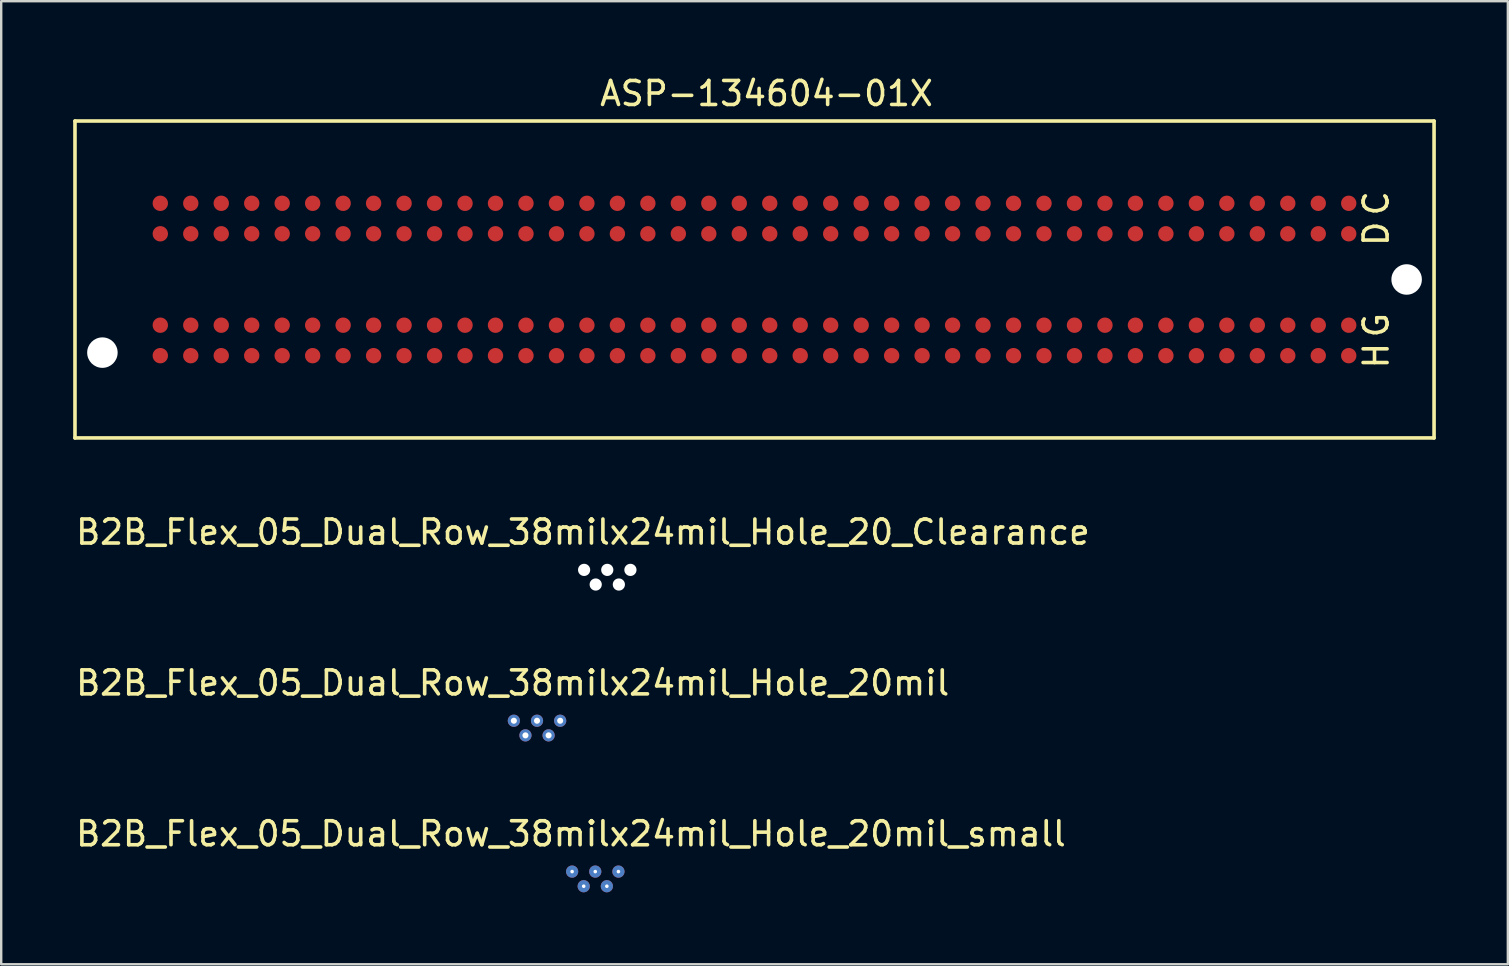
<source format=kicad_pcb>
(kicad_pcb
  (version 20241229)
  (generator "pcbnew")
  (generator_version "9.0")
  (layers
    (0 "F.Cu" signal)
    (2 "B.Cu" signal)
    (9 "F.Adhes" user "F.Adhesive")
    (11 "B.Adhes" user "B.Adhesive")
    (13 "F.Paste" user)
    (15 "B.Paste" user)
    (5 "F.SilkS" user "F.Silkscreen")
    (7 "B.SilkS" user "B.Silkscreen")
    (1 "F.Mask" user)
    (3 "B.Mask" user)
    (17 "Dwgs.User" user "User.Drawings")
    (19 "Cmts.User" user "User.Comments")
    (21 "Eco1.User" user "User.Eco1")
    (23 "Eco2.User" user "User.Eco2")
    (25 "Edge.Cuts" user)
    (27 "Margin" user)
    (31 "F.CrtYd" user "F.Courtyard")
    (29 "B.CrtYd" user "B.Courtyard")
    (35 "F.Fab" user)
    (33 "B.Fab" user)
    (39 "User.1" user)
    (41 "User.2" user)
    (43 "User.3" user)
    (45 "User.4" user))
  (footprint "B2B_Flex_05_Dual_Row_38milx24mil_Hole_20_Clearance"
    (layer "F.Cu")
    (at 21.269 20.726)
    (property "Reference" "B2B_Flex_05_Dual_Row_38milx24mil_Hole_20_Clearance" (at -0.025 -1.6 0) (layer "F.SilkS") (effects (font (size 1 1) (thickness 0.15))))
    (attr through_hole)
    (pad "" np_thru_hole circle (at 0.025 -0.025) (size 0.508 0.508) (drill 0.508) (layers "*.Cu" "*.Mask"))
    (pad "" np_thru_hole circle (at 0.508 0.585) (size 0.508 0.508) (drill 0.508) (layers "*.Cu" "*.Mask"))
    (pad "" np_thru_hole circle (at 0.99 -0.025) (size 0.508 0.508) (drill 0.508) (layers "*.Cu" "*.Mask"))
    (pad "" np_thru_hole circle (at 1.473 0.585) (size 0.508 0.508) (drill 0.508) (layers "*.Cu" "*.Mask"))
    (pad "" np_thru_hole circle (at 1.955 -0.025) (size 0.508 0.508) (drill 0.508) (layers "*.Cu" "*.Mask")))
  (footprint "B2B_Flex_05_Dual_Row_38milx24mil_Hole_20mil_small"
    (layer "F.Cu")
    (at 20.769 33.3)
    (property "Reference" "B2B_Flex_05_Dual_Row_38milx24mil_Hole_20mil_small" (at -0.025 -1.6 0) (layer "F.SilkS") (effects (font (size 1 1) (thickness 0.15))))
    (attr through_hole)
    (pad "1" thru_hole circle (at 0.025 -0.025) (size 0.508 0.508) (drill 0.15) (layers "*.Cu" "*.Mask"))
    (pad "2" thru_hole circle (at 0.508 0.585) (size 0.508 0.508) (drill 0.15) (layers "*.Cu" "*.Mask"))
    (pad "3" thru_hole circle (at 0.99 -0.025) (size 0.508 0.508) (drill 0.15) (layers "*.Cu" "*.Mask"))
    (pad "4" thru_hole circle (at 1.473 0.585) (size 0.508 0.508) (drill 0.15) (layers "*.Cu" "*.Mask"))
    (pad "5" thru_hole circle (at 1.955 -0.025) (size 0.508 0.508) (drill 0.15) (layers "*.Cu" "*.Mask")))
  (footprint "B2B_Flex_05_Dual_Row_38milx24mil_Hole_20mil"
    (layer "F.Cu")
    (at 18.341 27.013)
    (property "Reference" "B2B_Flex_05_Dual_Row_38milx24mil_Hole_20mil" (at -0.025 -1.6 0) (layer "F.SilkS") (effects (font (size 1 1) (thickness 0.15))))
    (attr through_hole)
    (pad "1" thru_hole circle (at 0.025 -0.025) (size 0.508 0.508) (drill 0.254) (layers "*.Cu" "*.Mask"))
    (pad "2" thru_hole circle (at 0.508 0.585) (size 0.508 0.508) (drill 0.254) (layers "*.Cu" "*.Mask"))
    (pad "3" thru_hole circle (at 0.99 -0.025) (size 0.508 0.508) (drill 0.254) (layers "*.Cu" "*.Mask"))
    (pad "4" thru_hole circle (at 1.473 0.585) (size 0.508 0.508) (drill 0.254) (layers "*.Cu" "*.Mask"))
    (pad "5" thru_hole circle (at 1.955 -0.025) (size 0.508 0.508) (drill 0.254) (layers "*.Cu" "*.Mask")))
  (footprint "ASP-134604-01X"
    (layer "F.Cu")
    (at 28.396 8.598)
    (property "Reference" "ASP-134604-01X" (at 0.5 -7.75 0) (layer "F.SilkS") (effects (font (size 1 1) (thickness 0.15))))
    (attr through_hole)
    (fp_line (start -28.321 -6.604) (end -28.321 6.604) (stroke (width 0.15) (type solid)) (layer "F.SilkS"))
    (fp_line (start -28.321 6.604) (end 28.321 6.604) (stroke (width 0.15) (type solid)) (layer "F.SilkS"))
    (fp_line (start 28.321 -6.604) (end -28.321 -6.604) (stroke (width 0.15) (type solid)) (layer "F.SilkS"))
    (fp_line (start 28.321 6.604) (end 28.321 -6.604) (stroke (width 0.15) (type solid)) (layer "F.SilkS"))
    (fp_text user "C" (at 25.908 -3.175 90) (layer "F.SilkS") (effects (font (size 1 1) (thickness 0.15))))
    (fp_text user "H" (at 25.908 3.175 90) (layer "F.SilkS") (effects (font (size 1 1) (thickness 0.15))))
    (fp_text user "D" (at 25.908 -1.905 90) (layer "F.SilkS") (effects (font (size 1 1) (thickness 0.15))))
    (fp_text user "G" (at 25.908 1.905 90) (layer "F.SilkS") (effects (font (size 1 1) (thickness 0.15))))
    (pad "" np_thru_hole circle (at -27.178 3.048) (size 1.27 1.27) (drill 1.27) (layers "*.Cu" "*.Mask"))
    (pad "" np_thru_hole circle (at 27.178 0) (size 1.27 1.27) (drill 1.27) (layers "*.Cu" "*.Mask"))
    (pad "C1" smd circle (at 24.765 3.175) (size 0.64 0.64) (layers "F.Cu" "F.Mask" "F.Paste"))
    (pad "C2" smd circle (at 23.495 3.175) (size 0.64 0.64) (layers "F.Cu" "F.Mask" "F.Paste"))
    (pad "C3" smd circle (at 22.225 3.175) (size 0.64 0.64) (layers "F.Cu" "F.Mask" "F.Paste"))
    (pad "C4" smd circle (at 20.955 3.175) (size 0.64 0.64) (layers "F.Cu" "F.Mask" "F.Paste"))
    (pad "C5" smd circle (at 19.685 3.175) (size 0.64 0.64) (layers "F.Cu" "F.Mask" "F.Paste"))
    (pad "C6" smd circle (at 18.415 3.175) (size 0.64 0.64) (layers "F.Cu" "F.Mask" "F.Paste"))
    (pad "C7" smd circle (at 17.145 3.175) (size 0.64 0.64) (layers "F.Cu" "F.Mask" "F.Paste"))
    (pad "C8" smd circle (at 15.875 3.175) (size 0.64 0.64) (layers "F.Cu" "F.Mask" "F.Paste"))
    (pad "C9" smd circle (at 14.605 3.175) (size 0.64 0.64) (layers "F.Cu" "F.Mask" "F.Paste"))
    (pad "C10" smd circle (at 13.335 3.175) (size 0.64 0.64) (layers "F.Cu" "F.Mask" "F.Paste"))
    (pad "C11" smd circle (at 12.065 3.175) (size 0.64 0.64) (layers "F.Cu" "F.Mask" "F.Paste"))
    (pad "C12" smd circle (at 10.795 3.175) (size 0.64 0.64) (layers "F.Cu" "F.Mask" "F.Paste"))
    (pad "C13" smd circle (at 9.525 3.175) (size 0.64 0.64) (layers "F.Cu" "F.Mask" "F.Paste"))
    (pad "C14" smd circle (at 8.255 3.175) (size 0.64 0.64) (layers "F.Cu" "F.Mask" "F.Paste"))
    (pad "C15" smd circle (at 6.985 3.175) (size 0.64 0.64) (layers "F.Cu" "F.Mask" "F.Paste"))
    (pad "C16" smd circle (at 5.715 3.175) (size 0.64 0.64) (layers "F.Cu" "F.Mask" "F.Paste"))
    (pad "C17" smd circle (at 4.445 3.175) (size 0.64 0.64) (layers "F.Cu" "F.Mask" "F.Paste"))
    (pad "C18" smd circle (at 3.175 3.175) (size 0.64 0.64) (layers "F.Cu" "F.Mask" "F.Paste"))
    (pad "C19" smd circle (at 1.905 3.175) (size 0.64 0.64) (layers "F.Cu" "F.Mask" "F.Paste"))
    (pad "C20" smd circle (at 0.635 3.175) (size 0.64 0.64) (layers "F.Cu" "F.Mask" "F.Paste"))
    (pad "C21" smd circle (at -0.635 3.175) (size 0.64 0.64) (layers "F.Cu" "F.Mask" "F.Paste"))
    (pad "C22" smd circle (at -1.905 3.175) (size 0.64 0.64) (layers "F.Cu" "F.Mask" "F.Paste"))
    (pad "C23" smd circle (at -3.175 3.175) (size 0.64 0.64) (layers "F.Cu" "F.Mask" "F.Paste"))
    (pad "C24" smd circle (at -4.445 3.175) (size 0.64 0.64) (layers "F.Cu" "F.Mask" "F.Paste"))
    (pad "C25" smd circle (at -5.715 3.175) (size 0.64 0.64) (layers "F.Cu" "F.Mask" "F.Paste"))
    (pad "C26" smd circle (at -6.985 3.175) (size 0.64 0.64) (layers "F.Cu" "F.Mask" "F.Paste"))
    (pad "C27" smd circle (at -8.255 3.175) (size 0.64 0.64) (layers "F.Cu" "F.Mask" "F.Paste"))
    (pad "C28" smd circle (at -9.525 3.175) (size 0.64 0.64) (layers "F.Cu" "F.Mask" "F.Paste"))
    (pad "C29" smd circle (at -10.795 3.175) (size 0.64 0.64) (layers "F.Cu" "F.Mask" "F.Paste"))
    (pad "C30" smd circle (at -12.065 3.175) (size 0.64 0.64) (layers "F.Cu" "F.Mask" "F.Paste"))
    (pad "C31" smd circle (at -13.335 3.175) (size 0.64 0.64) (layers "F.Cu" "F.Mask" "F.Paste"))
    (pad "C32" smd circle (at -14.605 3.175) (size 0.64 0.64) (layers "F.Cu" "F.Mask" "F.Paste"))
    (pad "C33" smd circle (at -15.875 3.175) (size 0.64 0.64) (layers "F.Cu" "F.Mask" "F.Paste"))
    (pad "C34" smd circle (at -17.145 3.175) (size 0.64 0.64) (layers "F.Cu" "F.Mask" "F.Paste"))
    (pad "C35" smd circle (at -18.415 3.175) (size 0.64 0.64) (layers "F.Cu" "F.Mask" "F.Paste"))
    (pad "C36" smd circle (at -19.685 3.175) (size 0.64 0.64) (layers "F.Cu" "F.Mask" "F.Paste"))
    (pad "C37" smd circle (at -20.955 3.175) (size 0.64 0.64) (layers "F.Cu" "F.Mask" "F.Paste"))
    (pad "C38" smd circle (at -22.225 3.175) (size 0.64 0.64) (layers "F.Cu" "F.Mask" "F.Paste"))
    (pad "C39" smd circle (at -23.495 3.175) (size 0.64 0.64) (layers "F.Cu" "F.Mask" "F.Paste"))
    (pad "C40" smd circle (at -24.765 3.175) (size 0.64 0.64) (layers "F.Cu" "F.Mask" "F.Paste"))
    (pad "D1" smd circle (at 24.765 1.905) (size 0.64 0.64) (layers "F.Cu" "F.Mask" "F.Paste"))
    (pad "D2" smd circle (at 23.495 1.905) (size 0.64 0.64) (layers "F.Cu" "F.Mask" "F.Paste"))
    (pad "D3" smd circle (at 22.225 1.905) (size 0.64 0.64) (layers "F.Cu" "F.Mask" "F.Paste"))
    (pad "D4" smd circle (at 20.955 1.905) (size 0.64 0.64) (layers "F.Cu" "F.Mask" "F.Paste"))
    (pad "D5" smd circle (at 19.685 1.905) (size 0.64 0.64) (layers "F.Cu" "F.Mask" "F.Paste"))
    (pad "D6" smd circle (at 18.415 1.905) (size 0.64 0.64) (layers "F.Cu" "F.Mask" "F.Paste"))
    (pad "D7" smd circle (at 17.145 1.905) (size 0.64 0.64) (layers "F.Cu" "F.Mask" "F.Paste"))
    (pad "D8" smd circle (at 15.875 1.905) (size 0.64 0.64) (layers "F.Cu" "F.Mask" "F.Paste"))
    (pad "D9" smd circle (at 14.605 1.905) (size 0.64 0.64) (layers "F.Cu" "F.Mask" "F.Paste"))
    (pad "D10" smd circle (at 13.335 1.905) (size 0.64 0.64) (layers "F.Cu" "F.Mask" "F.Paste"))
    (pad "D11" smd circle (at 12.065 1.905) (size 0.64 0.64) (layers "F.Cu" "F.Mask" "F.Paste"))
    (pad "D12" smd circle (at 10.795 1.905) (size 0.64 0.64) (layers "F.Cu" "F.Mask" "F.Paste"))
    (pad "D13" smd circle (at 9.525 1.905) (size 0.64 0.64) (layers "F.Cu" "F.Mask" "F.Paste"))
    (pad "D14" smd circle (at 8.255 1.905) (size 0.64 0.64) (layers "F.Cu" "F.Mask" "F.Paste"))
    (pad "D15" smd circle (at 6.985 1.905) (size 0.64 0.64) (layers "F.Cu" "F.Mask" "F.Paste"))
    (pad "D16" smd circle (at 5.715 1.905) (size 0.64 0.64) (layers "F.Cu" "F.Mask" "F.Paste"))
    (pad "D17" smd circle (at 4.445 1.905) (size 0.64 0.64) (layers "F.Cu" "F.Mask" "F.Paste"))
    (pad "D18" smd circle (at 3.175 1.905) (size 0.64 0.64) (layers "F.Cu" "F.Mask" "F.Paste"))
    (pad "D19" smd circle (at 1.905 1.905) (size 0.64 0.64) (layers "F.Cu" "F.Mask" "F.Paste"))
    (pad "D20" smd circle (at 0.635 1.905) (size 0.64 0.64) (layers "F.Cu" "F.Mask" "F.Paste"))
    (pad "D21" smd circle (at -0.635 1.905) (size 0.64 0.64) (layers "F.Cu" "F.Mask" "F.Paste"))
    (pad "D22" smd circle (at -1.905 1.905) (size 0.64 0.64) (layers "F.Cu" "F.Mask" "F.Paste"))
    (pad "D23" smd circle (at -3.175 1.905) (size 0.64 0.64) (layers "F.Cu" "F.Mask" "F.Paste"))
    (pad "D24" smd circle (at -4.445 1.905) (size 0.64 0.64) (layers "F.Cu" "F.Mask" "F.Paste"))
    (pad "D25" smd circle (at -5.715 1.905) (size 0.64 0.64) (layers "F.Cu" "F.Mask" "F.Paste"))
    (pad "D26" smd circle (at -6.985 1.905) (size 0.64 0.64) (layers "F.Cu" "F.Mask" "F.Paste"))
    (pad "D27" smd circle (at -8.255 1.905) (size 0.64 0.64) (layers "F.Cu" "F.Mask" "F.Paste"))
    (pad "D28" smd circle (at -9.525 1.905) (size 0.64 0.64) (layers "F.Cu" "F.Mask" "F.Paste"))
    (pad "D29" smd circle (at -10.795 1.905) (size 0.64 0.64) (layers "F.Cu" "F.Mask" "F.Paste"))
    (pad "D30" smd circle (at -12.065 1.905) (size 0.64 0.64) (layers "F.Cu" "F.Mask" "F.Paste"))
    (pad "D31" smd circle (at -13.335 1.905) (size 0.64 0.64) (layers "F.Cu" "F.Mask" "F.Paste"))
    (pad "D32" smd circle (at -14.605 1.905) (size 0.64 0.64) (layers "F.Cu" "F.Mask" "F.Paste"))
    (pad "D33" smd circle (at -15.875 1.905) (size 0.64 0.64) (layers "F.Cu" "F.Mask" "F.Paste"))
    (pad "D34" smd circle (at -17.145 1.905) (size 0.64 0.64) (layers "F.Cu" "F.Mask" "F.Paste"))
    (pad "D35" smd circle (at -18.415 1.905) (size 0.64 0.64) (layers "F.Cu" "F.Mask" "F.Paste"))
    (pad "D36" smd circle (at -19.685 1.905) (size 0.64 0.64) (layers "F.Cu" "F.Mask" "F.Paste"))
    (pad "D37" smd circle (at -20.955 1.905) (size 0.64 0.64) (layers "F.Cu" "F.Mask" "F.Paste"))
    (pad "D38" smd circle (at -22.225 1.905) (size 0.64 0.64) (layers "F.Cu" "F.Mask" "F.Paste"))
    (pad "D39" smd circle (at -23.495 1.905) (size 0.64 0.64) (layers "F.Cu" "F.Mask" "F.Paste"))
    (pad "D40" smd circle (at -24.765 1.905) (size 0.64 0.64) (layers "F.Cu" "F.Mask" "F.Paste"))
    (pad "G1" smd circle (at 24.765 -1.905) (size 0.64 0.64) (layers "F.Cu" "F.Mask" "F.Paste"))
    (pad "G2" smd circle (at 23.495 -1.905) (size 0.64 0.64) (layers "F.Cu" "F.Mask" "F.Paste"))
    (pad "G3" smd circle (at 22.225 -1.905) (size 0.64 0.64) (layers "F.Cu" "F.Mask" "F.Paste"))
    (pad "G4" smd circle (at 20.955 -1.905) (size 0.64 0.64) (layers "F.Cu" "F.Mask" "F.Paste"))
    (pad "G5" smd circle (at 19.685 -1.905) (size 0.64 0.64) (layers "F.Cu" "F.Mask" "F.Paste"))
    (pad "G6" smd circle (at 18.415 -1.905) (size 0.64 0.64) (layers "F.Cu" "F.Mask" "F.Paste"))
    (pad "G7" smd circle (at 17.145 -1.905) (size 0.64 0.64) (layers "F.Cu" "F.Mask" "F.Paste"))
    (pad "G8" smd circle (at 15.875 -1.905) (size 0.64 0.64) (layers "F.Cu" "F.Mask" "F.Paste"))
    (pad "G9" smd circle (at 14.605 -1.905) (size 0.64 0.64) (layers "F.Cu" "F.Mask" "F.Paste"))
    (pad "G10" smd circle (at 13.335 -1.905) (size 0.64 0.64) (layers "F.Cu" "F.Mask" "F.Paste"))
    (pad "G11" smd circle (at 12.065 -1.905) (size 0.64 0.64) (layers "F.Cu" "F.Mask" "F.Paste"))
    (pad "G12" smd circle (at 10.795 -1.905) (size 0.64 0.64) (layers "F.Cu" "F.Mask" "F.Paste"))
    (pad "G13" smd circle (at 9.525 -1.905) (size 0.64 0.64) (layers "F.Cu" "F.Mask" "F.Paste"))
    (pad "G14" smd circle (at 8.255 -1.905) (size 0.64 0.64) (layers "F.Cu" "F.Mask" "F.Paste"))
    (pad "G15" smd circle (at 6.985 -1.905) (size 0.64 0.64) (layers "F.Cu" "F.Mask" "F.Paste"))
    (pad "G16" smd circle (at 5.715 -1.905) (size 0.64 0.64) (layers "F.Cu" "F.Mask" "F.Paste"))
    (pad "G17" smd circle (at 4.445 -1.905) (size 0.64 0.64) (layers "F.Cu" "F.Mask" "F.Paste"))
    (pad "G18" smd circle (at 3.175 -1.905) (size 0.64 0.64) (layers "F.Cu" "F.Mask" "F.Paste"))
    (pad "G19" smd circle (at 1.905 -1.905) (size 0.64 0.64) (layers "F.Cu" "F.Mask" "F.Paste"))
    (pad "G20" smd circle (at 0.635 -1.905) (size 0.64 0.64) (layers "F.Cu" "F.Mask" "F.Paste"))
    (pad "G21" smd circle (at -0.635 -1.905) (size 0.64 0.64) (layers "F.Cu" "F.Mask" "F.Paste"))
    (pad "G22" smd circle (at -1.905 -1.905) (size 0.64 0.64) (layers "F.Cu" "F.Mask" "F.Paste"))
    (pad "G23" smd circle (at -3.175 -1.905) (size 0.64 0.64) (layers "F.Cu" "F.Mask" "F.Paste"))
    (pad "G24" smd circle (at -4.445 -1.905) (size 0.64 0.64) (layers "F.Cu" "F.Mask" "F.Paste"))
    (pad "G25" smd circle (at -5.715 -1.905) (size 0.64 0.64) (layers "F.Cu" "F.Mask" "F.Paste"))
    (pad "G26" smd circle (at -6.985 -1.905) (size 0.64 0.64) (layers "F.Cu" "F.Mask" "F.Paste"))
    (pad "G27" smd circle (at -8.255 -1.905) (size 0.64 0.64) (layers "F.Cu" "F.Mask" "F.Paste"))
    (pad "G28" smd circle (at -9.525 -1.905) (size 0.64 0.64) (layers "F.Cu" "F.Mask" "F.Paste"))
    (pad "G29" smd circle (at -10.795 -1.905) (size 0.64 0.64) (layers "F.Cu" "F.Mask" "F.Paste"))
    (pad "G30" smd circle (at -12.065 -1.905) (size 0.64 0.64) (layers "F.Cu" "F.Mask" "F.Paste"))
    (pad "G31" smd circle (at -13.335 -1.905) (size 0.64 0.64) (layers "F.Cu" "F.Mask" "F.Paste"))
    (pad "G32" smd circle (at -14.605 -1.905) (size 0.64 0.64) (layers "F.Cu" "F.Mask" "F.Paste"))
    (pad "G33" smd circle (at -15.875 -1.905) (size 0.64 0.64) (layers "F.Cu" "F.Mask" "F.Paste"))
    (pad "G34" smd circle (at -17.145 -1.905) (size 0.64 0.64) (layers "F.Cu" "F.Mask" "F.Paste"))
    (pad "G35" smd circle (at -18.415 -1.905) (size 0.64 0.64) (layers "F.Cu" "F.Mask" "F.Paste"))
    (pad "G36" smd circle (at -19.685 -1.905) (size 0.64 0.64) (layers "F.Cu" "F.Mask" "F.Paste"))
    (pad "G37" smd circle (at -20.955 -1.905) (size 0.64 0.64) (layers "F.Cu" "F.Mask" "F.Paste"))
    (pad "G38" smd circle (at -22.225 -1.905) (size 0.64 0.64) (layers "F.Cu" "F.Mask" "F.Paste"))
    (pad "G39" smd circle (at -23.495 -1.905) (size 0.64 0.64) (layers "F.Cu" "F.Mask" "F.Paste"))
    (pad "G40" smd circle (at -24.765 -1.905) (size 0.64 0.64) (layers "F.Cu" "F.Mask" "F.Paste"))
    (pad "H1" smd circle (at 24.765 -3.175) (size 0.64 0.64) (layers "F.Cu" "F.Mask" "F.Paste"))
    (pad "H2" smd circle (at 23.495 -3.175) (size 0.64 0.64) (layers "F.Cu" "F.Mask" "F.Paste"))
    (pad "H3" smd circle (at 22.225 -3.175) (size 0.64 0.64) (layers "F.Cu" "F.Mask" "F.Paste"))
    (pad "H4" smd circle (at 20.955 -3.175) (size 0.64 0.64) (layers "F.Cu" "F.Mask" "F.Paste"))
    (pad "H5" smd circle (at 19.685 -3.175) (size 0.64 0.64) (layers "F.Cu" "F.Mask" "F.Paste"))
    (pad "H6" smd circle (at 18.415 -3.175) (size 0.64 0.64) (layers "F.Cu" "F.Mask" "F.Paste"))
    (pad "H7" smd circle (at 17.145 -3.175) (size 0.64 0.64) (layers "F.Cu" "F.Mask" "F.Paste"))
    (pad "H8" smd circle (at 15.875 -3.175) (size 0.64 0.64) (layers "F.Cu" "F.Mask" "F.Paste"))
    (pad "H9" smd circle (at 14.605 -3.175) (size 0.64 0.64) (layers "F.Cu" "F.Mask" "F.Paste"))
    (pad "H10" smd circle (at 13.335 -3.175) (size 0.64 0.64) (layers "F.Cu" "F.Mask" "F.Paste"))
    (pad "H11" smd circle (at 12.065 -3.175) (size 0.64 0.64) (layers "F.Cu" "F.Mask" "F.Paste"))
    (pad "H12" smd circle (at 10.795 -3.175) (size 0.64 0.64) (layers "F.Cu" "F.Mask" "F.Paste"))
    (pad "H13" smd circle (at 9.525 -3.175) (size 0.64 0.64) (layers "F.Cu" "F.Mask" "F.Paste"))
    (pad "H14" smd circle (at 8.255 -3.175) (size 0.64 0.64) (layers "F.Cu" "F.Mask" "F.Paste"))
    (pad "H15" smd circle (at 6.985 -3.175) (size 0.64 0.64) (layers "F.Cu" "F.Mask" "F.Paste"))
    (pad "H16" smd circle (at 5.715 -3.175) (size 0.64 0.64) (layers "F.Cu" "F.Mask" "F.Paste"))
    (pad "H17" smd circle (at 4.445 -3.175) (size 0.64 0.64) (layers "F.Cu" "F.Mask" "F.Paste"))
    (pad "H18" smd circle (at 3.175 -3.175) (size 0.64 0.64) (layers "F.Cu" "F.Mask" "F.Paste"))
    (pad "H19" smd circle (at 1.905 -3.175) (size 0.64 0.64) (layers "F.Cu" "F.Mask" "F.Paste"))
    (pad "H20" smd circle (at 0.635 -3.175) (size 0.64 0.64) (layers "F.Cu" "F.Mask" "F.Paste"))
    (pad "H21" smd circle (at -0.635 -3.175) (size 0.64 0.64) (layers "F.Cu" "F.Mask" "F.Paste"))
    (pad "H22" smd circle (at -1.905 -3.175) (size 0.64 0.64) (layers "F.Cu" "F.Mask" "F.Paste"))
    (pad "H23" smd circle (at -3.175 -3.175) (size 0.64 0.64) (layers "F.Cu" "F.Mask" "F.Paste"))
    (pad "H24" smd circle (at -4.445 -3.175) (size 0.64 0.64) (layers "F.Cu" "F.Mask" "F.Paste"))
    (pad "H25" smd circle (at -5.715 -3.175) (size 0.64 0.64) (layers "F.Cu" "F.Mask" "F.Paste"))
    (pad "H26" smd circle (at -6.985 -3.175) (size 0.64 0.64) (layers "F.Cu" "F.Mask" "F.Paste"))
    (pad "H27" smd circle (at -8.255 -3.175) (size 0.64 0.64) (layers "F.Cu" "F.Mask" "F.Paste"))
    (pad "H28" smd circle (at -9.525 -3.175) (size 0.64 0.64) (layers "F.Cu" "F.Mask" "F.Paste"))
    (pad "H29" smd circle (at -10.795 -3.175) (size 0.64 0.64) (layers "F.Cu" "F.Mask" "F.Paste"))
    (pad "H30" smd circle (at -12.065 -3.175) (size 0.64 0.64) (layers "F.Cu" "F.Mask" "F.Paste"))
    (pad "H31" smd circle (at -13.335 -3.175) (size 0.64 0.64) (layers "F.Cu" "F.Mask" "F.Paste"))
    (pad "H32" smd circle (at -14.605 -3.175) (size 0.64 0.64) (layers "F.Cu" "F.Mask" "F.Paste"))
    (pad "H33" smd circle (at -15.875 -3.175) (size 0.64 0.64) (layers "F.Cu" "F.Mask" "F.Paste"))
    (pad "H34" smd circle (at -17.145 -3.175) (size 0.64 0.64) (layers "F.Cu" "F.Mask" "F.Paste"))
    (pad "H35" smd circle (at -18.415 -3.175) (size 0.64 0.64) (layers "F.Cu" "F.Mask" "F.Paste"))
    (pad "H36" smd circle (at -19.685 -3.175) (size 0.64 0.64) (layers "F.Cu" "F.Mask" "F.Paste"))
    (pad "H37" smd circle (at -20.955 -3.175) (size 0.64 0.64) (layers "F.Cu" "F.Mask" "F.Paste"))
    (pad "H38" smd circle (at -22.225 -3.175) (size 0.64 0.64) (layers "F.Cu" "F.Mask" "F.Paste"))
    (pad "H39" smd circle (at -23.495 -3.175) (size 0.64 0.64) (layers "F.Cu" "F.Mask" "F.Paste"))
    (pad "H40" smd circle (at -24.765 -3.175) (size 0.64 0.64) (layers "F.Cu" "F.Mask" "F.Paste")))
  (gr_rect
    (start -3 -3)
    (end 59.792 37.138)
    (stroke (width 0.1) (type default))
    (fill no)
    (layer "Edge.Cuts")))
</source>
